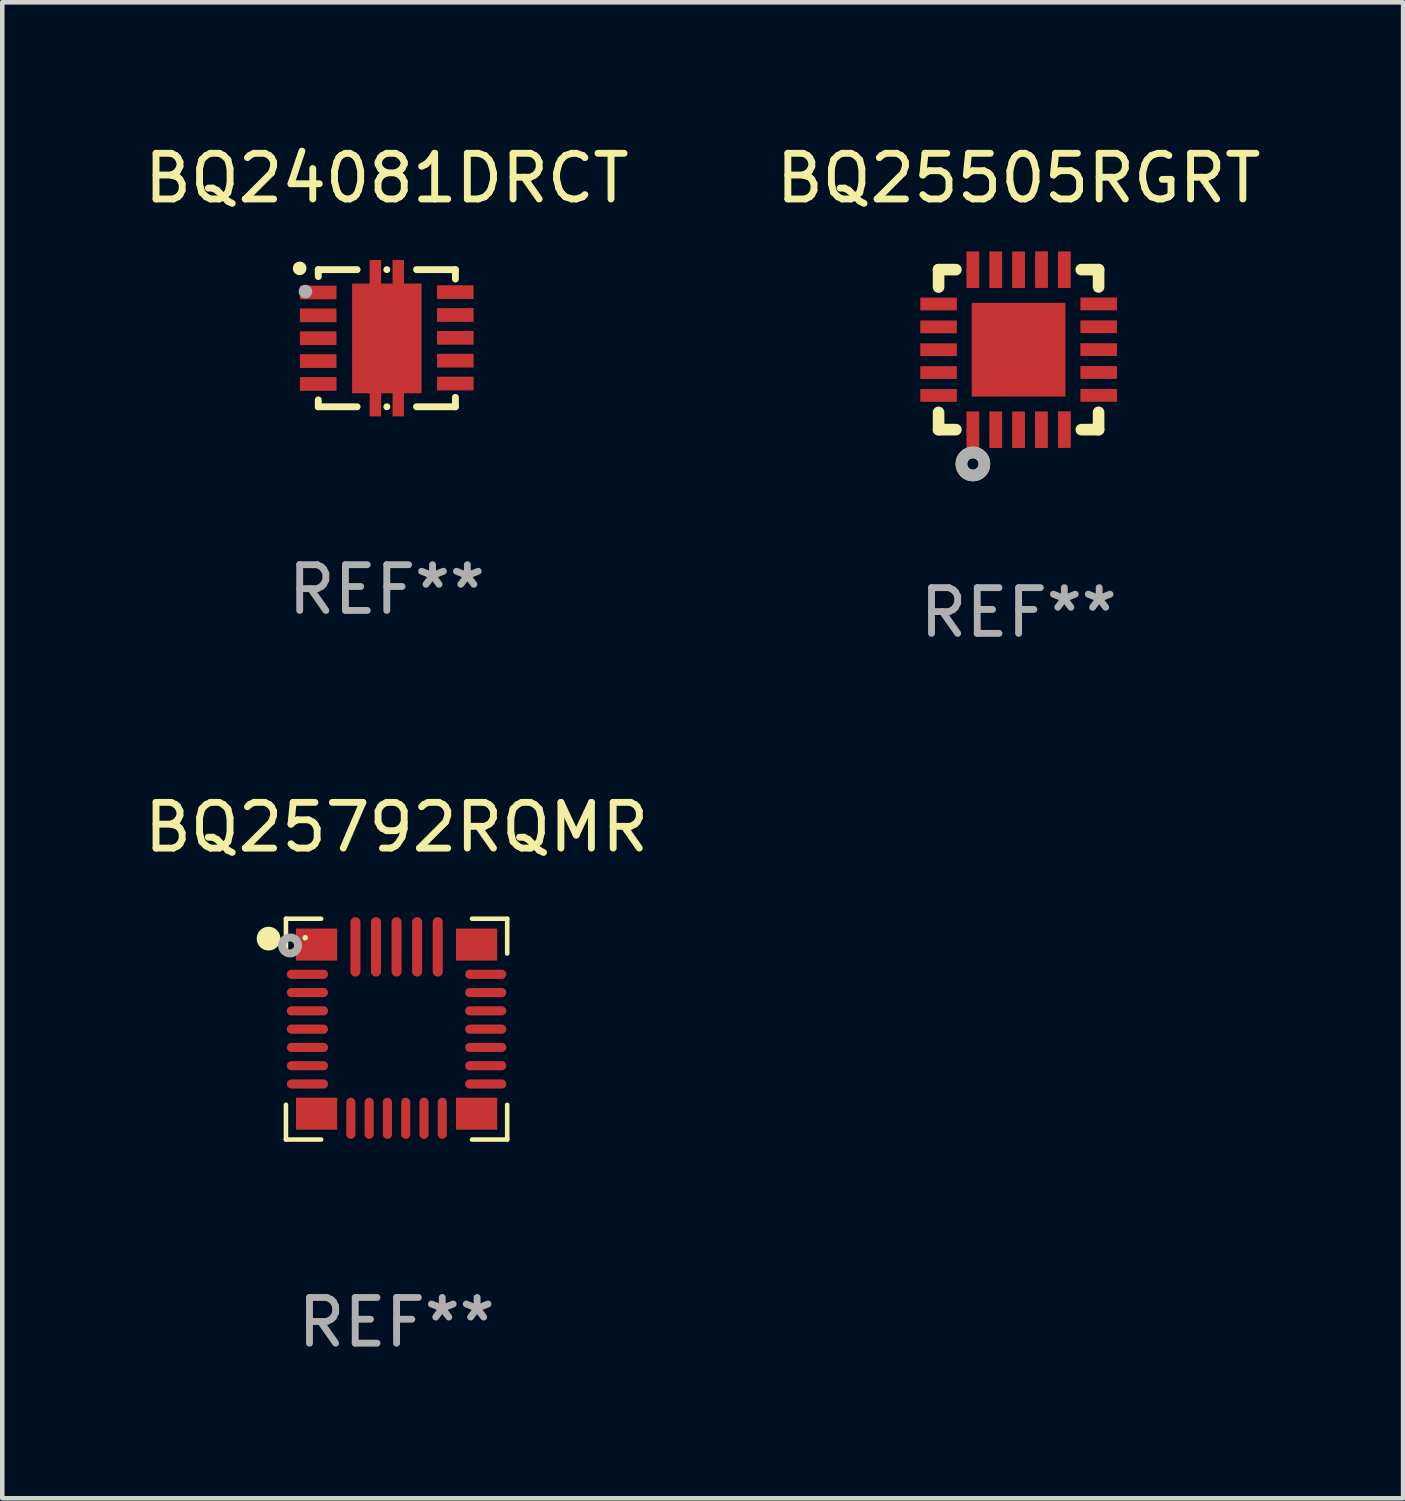
<source format=kicad_pcb>
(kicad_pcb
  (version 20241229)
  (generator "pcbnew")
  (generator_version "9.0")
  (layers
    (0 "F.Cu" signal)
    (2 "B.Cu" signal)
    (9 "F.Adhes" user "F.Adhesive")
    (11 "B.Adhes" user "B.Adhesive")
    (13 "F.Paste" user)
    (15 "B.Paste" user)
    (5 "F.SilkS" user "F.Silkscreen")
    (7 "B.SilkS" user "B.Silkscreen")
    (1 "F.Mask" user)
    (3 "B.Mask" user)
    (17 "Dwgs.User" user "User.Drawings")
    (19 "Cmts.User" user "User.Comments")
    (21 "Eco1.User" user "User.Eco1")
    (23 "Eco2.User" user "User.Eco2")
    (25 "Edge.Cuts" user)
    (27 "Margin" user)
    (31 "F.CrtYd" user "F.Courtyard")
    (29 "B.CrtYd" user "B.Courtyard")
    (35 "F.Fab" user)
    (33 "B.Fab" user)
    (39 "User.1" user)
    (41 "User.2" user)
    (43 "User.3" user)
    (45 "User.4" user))
  (footprint "BQ25792RQMR"
    (layer "F.Cu")
    (at 5.625 19.462)
    (property "Reference" "BQ25792RQMR" (at 0 -4.415 0) (layer "F.SilkS") (effects (font (size 1 1) (thickness 0.15))))
    (attr through_hole)
    (fp_line (start -2.42 -2.415) (end -2.42 -1.655) (stroke (width 0.1) (type solid)) (layer "F.SilkS"))
    (fp_line (start -2.42 2.415) (end -2.42 1.655) (stroke (width 0.1) (type solid)) (layer "F.SilkS"))
    (fp_line (start -1.65 -2.415) (end -2.42 -2.415) (stroke (width 0.1) (type solid)) (layer "F.SilkS"))
    (fp_line (start -1.65 2.415) (end -2.42 2.415) (stroke (width 0.1) (type solid)) (layer "F.SilkS"))
    (fp_line (start 1.65 -2.415) (end 2.42 -2.415) (stroke (width 0.1) (type solid)) (layer "F.SilkS"))
    (fp_line (start 1.65 2.415) (end 2.42 2.415) (stroke (width 0.1) (type solid)) (layer "F.SilkS"))
    (fp_line (start 2.42 -2.415) (end 2.42 -1.655) (stroke (width 0.1) (type solid)) (layer "F.SilkS"))
    (fp_line (start 2.42 2.415) (end 2.42 1.655) (stroke (width 0.1) (type solid)) (layer "F.SilkS"))
    (fp_circle (center -2.8 -1.98) (end -2.67 -1.98) (stroke (width 0.26) (type solid)) (fill no) (layer "F.SilkS"))
    (fp_circle (center -2 -2) (end -1.97 -2) (stroke (width 0.06) (type solid)) (fill no) (layer "F.SilkS"))
    (fp_circle (center -2.33 -1.83) (end -2.243 -1.83) (stroke (width 0.175) (type solid)) (fill no) (layer "F.Fab"))
    (fp_text user "REF**" (at 0 6.415 0) (layer "F.Fab") (effects (font (size 1 1) (thickness 0.15))))
    (pad "1" smd rect (at -1.75 -1.85 270) (size 0.7 0.9) (layers "F.Cu" "F.Mask" "F.Paste"))
    (pad "2" smd oval (at -1.95 -1.2) (size 0.9 0.2) (layers "F.Cu" "F.Mask" "F.Paste"))
    (pad "3" smd oval (at -1.95 -0.8) (size 0.9 0.2) (layers "F.Cu" "F.Mask" "F.Paste"))
    (pad "4" smd oval (at -1.95 -0.4) (size 0.9 0.2) (layers "F.Cu" "F.Mask" "F.Paste"))
    (pad "5" smd oval (at -1.95 0.000051) (size 0.9 0.2) (layers "F.Cu" "F.Mask" "F.Paste"))
    (pad "6" smd oval (at -1.95 0.4) (size 0.9 0.2) (layers "F.Cu" "F.Mask" "F.Paste"))
    (pad "7" smd oval (at -1.95 0.8) (size 0.9 0.2) (layers "F.Cu" "F.Mask" "F.Paste"))
    (pad "8" smd oval (at -1.95 1.2) (size 0.9 0.2) (layers "F.Cu" "F.Mask" "F.Paste"))
    (pad "9" smd rect (at -1.75 1.85 270) (size 0.7 0.9) (layers "F.Cu" "F.Mask" "F.Paste"))
    (pad "10" smd oval (at -1 1.95) (size 0.2 0.9) (layers "F.Cu" "F.Mask" "F.Paste"))
    (pad "11" smd oval (at -0.6 1.95) (size 0.2 0.9) (layers "F.Cu" "F.Mask" "F.Paste"))
    (pad "12" smd oval (at -0.2 1.95) (size 0.2 0.9) (layers "F.Cu" "F.Mask" "F.Paste"))
    (pad "13" smd oval (at 0.2 1.95) (size 0.2 0.9) (layers "F.Cu" "F.Mask" "F.Paste"))
    (pad "14" smd oval (at 0.6 1.95) (size 0.2 0.9) (layers "F.Cu" "F.Mask" "F.Paste"))
    (pad "15" smd oval (at 1 1.95) (size 0.2 0.9) (layers "F.Cu" "F.Mask" "F.Paste"))
    (pad "16" smd rect (at 1.75 1.85 90) (size 0.7 0.9) (layers "F.Cu" "F.Mask" "F.Paste"))
    (pad "17" smd oval (at 1.95 1.2) (size 0.9 0.2) (layers "F.Cu" "F.Mask" "F.Paste"))
    (pad "18" smd oval (at 1.95 0.8) (size 0.9 0.2) (layers "F.Cu" "F.Mask" "F.Paste"))
    (pad "19" smd oval (at 1.95 0.4) (size 0.9 0.2) (layers "F.Cu" "F.Mask" "F.Paste"))
    (pad "20" smd oval (at 1.95 0.000051) (size 0.9 0.2) (layers "F.Cu" "F.Mask" "F.Paste"))
    (pad "21" smd oval (at 1.95 -0.4) (size 0.9 0.2) (layers "F.Cu" "F.Mask" "F.Paste"))
    (pad "22" smd oval (at 1.95 -0.8) (size 0.9 0.2) (layers "F.Cu" "F.Mask" "F.Paste"))
    (pad "23" smd oval (at 1.95 -1.2) (size 0.9 0.2) (layers "F.Cu" "F.Mask" "F.Paste"))
    (pad "24" smd rect (at 1.75 -1.85 90) (size 0.7 0.9) (layers "F.Cu" "F.Mask" "F.Paste"))
    (pad "25" smd oval (at 0.9 -1.8) (size 0.22 1.3) (layers "F.Cu" "F.Mask" "F.Paste"))
    (pad "26" smd oval (at 0.45 -1.8) (size 0.22 1.3) (layers "F.Cu" "F.Mask" "F.Paste"))
    (pad "27" smd oval (at 0.000013 -1.8) (size 0.22 1.3) (layers "F.Cu" "F.Mask" "F.Paste"))
    (pad "28" smd oval (at -0.45 -1.8) (size 0.22 1.3) (layers "F.Cu" "F.Mask" "F.Paste"))
    (pad "29" smd oval (at -0.9 -1.8) (size 0.22 1.3) (layers "F.Cu" "F.Mask" "F.Paste")))
  (footprint "BQ25505RGRT"
    (layer "F.Cu")
    (at 19.232 4.599)
    (property "Reference" "BQ25505RGRT" (at 0 -3.751 0) (layer "F.SilkS") (effects (font (size 1 1) (thickness 0.15))))
    (attr through_hole)
    (fp_line (start -1.751 -1.37) (end -1.751 -1.751) (stroke (width 0.254) (type solid)) (layer "F.SilkS"))
    (fp_line (start -1.751 1.749) (end -1.751 1.372) (stroke (width 0.254) (type solid)) (layer "F.SilkS"))
    (fp_line (start -1.751 1.749) (end -1.372 1.749) (stroke (width 0.254) (type solid)) (layer "F.SilkS"))
    (fp_line (start -1.372 -1.751) (end -1.751 -1.751) (stroke (width 0.254) (type solid)) (layer "F.SilkS"))
    (fp_line (start 1.372 1.749) (end 1.749 1.749) (stroke (width 0.254) (type solid)) (layer "F.SilkS"))
    (fp_line (start 1.749 -1.751) (end 1.37 -1.751) (stroke (width 0.254) (type solid)) (layer "F.SilkS"))
    (fp_line (start 1.749 -1.372) (end 1.749 -1.751) (stroke (width 0.254) (type solid)) (layer "F.SilkS"))
    (fp_line (start 1.749 1.749) (end 1.749 1.37) (stroke (width 0.254) (type solid)) (layer "F.SilkS"))
    (fp_circle (center -1.75 1.75) (end -1.72 1.75) (stroke (width 0.06) (type solid)) (fill no) (layer "F.SilkS"))
    (fp_circle (center -1 2.5) (end -0.875 2.5) (stroke (width 0.254) (type solid)) (fill no) (layer "F.SilkS"))
    (fp_circle (center -1 2.5) (end -0.875 2.5) (stroke (width 0.254) (type solid)) (fill no) (layer "F.Fab"))
    (fp_text user "REF**" (at 0 5.751 0) (layer "F.Fab") (effects (font (size 1 1) (thickness 0.15))))
    (pad "1" smd rect (at -1.001 1.751) (size 0.28 0.8) (layers "F.Cu" "F.Mask" "F.Paste"))
    (pad "2" smd rect (at -0.501 1.751) (size 0.28 0.8) (layers "F.Cu" "F.Mask" "F.Paste"))
    (pad "3" smd rect (at -0.001 1.751) (size 0.28 0.8) (layers "F.Cu" "F.Mask" "F.Paste"))
    (pad "4" smd rect (at 0.499 1.751) (size 0.28 0.8) (layers "F.Cu" "F.Mask" "F.Paste"))
    (pad "5" smd rect (at 1.001 1.749) (size 0.28 0.8) (layers "F.Cu" "F.Mask" "F.Paste"))
    (pad "6" smd rect (at 1.751 0.999) (size 0.8 0.28) (layers "F.Cu" "F.Mask" "F.Paste"))
    (pad "7" smd rect (at 1.751 0.499) (size 0.8 0.28) (layers "F.Cu" "F.Mask" "F.Paste"))
    (pad "8" smd rect (at 1.751 -0.001) (size 0.8 0.28) (layers "F.Cu" "F.Mask" "F.Paste"))
    (pad "9" smd rect (at 1.751 -0.501) (size 0.8 0.28) (layers "F.Cu" "F.Mask" "F.Paste"))
    (pad "10" smd rect (at 1.751 -1.001) (size 0.8 0.28) (layers "F.Cu" "F.Mask" "F.Paste"))
    (pad "11" smd rect (at 0.999 -1.749) (size 0.28 0.8) (layers "F.Cu" "F.Mask" "F.Paste"))
    (pad "12" smd rect (at 0.501 -1.751) (size 0.28 0.8) (layers "F.Cu" "F.Mask" "F.Paste"))
    (pad "13" smd rect (at -0.001 -1.749) (size 0.28 0.8) (layers "F.Cu" "F.Mask" "F.Paste"))
    (pad "14" smd rect (at -0.501 -1.749) (size 0.28 0.8) (layers "F.Cu" "F.Mask" "F.Paste"))
    (pad "15" smd rect (at -1.001 -1.749) (size 0.28 0.8) (layers "F.Cu" "F.Mask" "F.Paste"))
    (pad "16" smd rect (at -1.751 -0.999) (size 0.8 0.28) (layers "F.Cu" "F.Mask" "F.Paste"))
    (pad "17" smd rect (at -1.751 -0.499) (size 0.8 0.28) (layers "F.Cu" "F.Mask" "F.Paste"))
    (pad "18" smd rect (at -1.751 0.001) (size 0.8 0.28) (layers "F.Cu" "F.Mask" "F.Paste"))
    (pad "19" smd rect (at -1.751 0.501) (size 0.8 0.28) (layers "F.Cu" "F.Mask" "F.Paste"))
    (pad "20" smd rect (at -1.751 1.001) (size 0.8 0.28) (layers "F.Cu" "F.Mask" "F.Paste"))
    (pad "21" smd rect (at -0.001 0.001 90) (size 2.05 2.05) (layers "F.Cu" "F.Mask" "F.Paste")))
  (footprint "BQ24081DRCT"
    (layer "F.Cu")
    (at 5.411 4.348)
    (property "Reference" "BQ24081DRCT" (at 0 -3.5 0) (layer "F.SilkS") (effects (font (size 1 1) (thickness 0.15))))
    (attr through_hole)
    (fp_line (start -1.499 -1.5) (end -1.499 -1.349) (stroke (width 0.15) (type solid)) (layer "F.SilkS"))
    (fp_line (start -1.499 -1.5) (end -0.649 -1.5) (stroke (width 0.15) (type solid)) (layer "F.SilkS"))
    (fp_line (start -1.499 1.349) (end -1.499 1.5) (stroke (width 0.15) (type solid)) (layer "F.SilkS"))
    (fp_line (start -0.649 1.5) (end -1.499 1.5) (stroke (width 0.15) (type solid)) (layer "F.SilkS"))
    (fp_line (start -0.000241 -1.5) (end 0.002 -1.5) (stroke (width 0.15) (type solid)) (layer "F.SilkS"))
    (fp_line (start 0.002 1.5) (end -0.000241 1.5) (stroke (width 0.15) (type solid)) (layer "F.SilkS"))
    (fp_line (start 0.65 -1.5) (end 1.501 -1.5) (stroke (width 0.15) (type solid)) (layer "F.SilkS"))
    (fp_line (start 1.501 -1.5) (end 1.501 -1.294) (stroke (width 0.15) (type solid)) (layer "F.SilkS"))
    (fp_line (start 1.501 1.294) (end 1.501 1.5) (stroke (width 0.15) (type solid)) (layer "F.SilkS"))
    (fp_line (start 1.501 1.5) (end 0.65 1.5) (stroke (width 0.15) (type solid)) (layer "F.SilkS"))
    (fp_circle (center -1.906 -1.528) (end -1.831 -1.528) (stroke (width 0.15) (type solid)) (fill no) (layer "F.SilkS"))
    (fp_circle (center -1.501 -1.504) (end -1.471 -1.504) (stroke (width 0.06) (type solid)) (fill no) (layer "F.SilkS"))
    (fp_circle (center -1.779 -1.02) (end -1.704 -1.02) (stroke (width 0.15) (type solid)) (fill no) (layer "F.Fab"))
    (fp_text user "REF**" (at 0 5.5 0) (layer "F.Fab") (effects (font (size 1 1) (thickness 0.15))))
    (pad "1" smd rect (at -1.501 -1) (size 0.8 0.3) (layers "F.Cu" "F.Mask" "F.Paste"))
    (pad "2" smd rect (at -1.501 -0.5) (size 0.8 0.3) (layers "F.Cu" "F.Mask" "F.Paste"))
    (pad "3" smd rect (at -1.501 0.000127) (size 0.8 0.3) (layers "F.Cu" "F.Mask" "F.Paste"))
    (pad "4" smd rect (at -1.501 0.5) (size 0.8 0.3) (layers "F.Cu" "F.Mask" "F.Paste"))
    (pad "5" smd rect (at -1.501 1) (size 0.8 0.3) (layers "F.Cu" "F.Mask" "F.Paste"))
    (pad "6" smd rect (at 1.499 0.992) (size 0.8 0.3) (layers "F.Cu" "F.Mask" "F.Paste"))
    (pad "7" smd rect (at 1.499 0.492) (size 0.8 0.3) (layers "F.Cu" "F.Mask" "F.Paste"))
    (pad "8" smd rect (at 1.499 -0.008) (size 0.8 0.3) (layers "F.Cu" "F.Mask" "F.Paste"))
    (pad "9" smd rect (at 1.499 -0.508) (size 0.8 0.3) (layers "F.Cu" "F.Mask" "F.Paste"))
    (pad "10" smd rect (at 1.499 -1.008) (size 0.8 0.3) (layers "F.Cu" "F.Mask" "F.Paste"))
    (pad "11" smd custom (at 0.001 0.005) (size 1.52 3.42) (layers "F.Cu" "F.Mask" "F.Paste") (options (anchor circle)) (primitives (gr_poly (pts (xy -0.76 -1.2) (xy -0.375 -1.2) (xy -0.375 -1.715) (xy -0.125 -1.715) (xy -0.125 -1.2) (xy 0.125 -1.2) (xy 0.125 -1.715) (xy 0.375 -1.715) (xy 0.375 -1.2) (xy 0.76 -1.2) (xy 0.76 1.2) (xy 0.375 1.2) (xy 0.375 1.705) (xy 0.125 1.705) (xy 0.125 1.2) (xy -0.125 1.2) (xy -0.125 1.705) (xy -0.375 1.705) (xy -0.375 1.2) (xy -0.76 1.2) (xy -0.76 -0.895) (xy -0.76 -0.895)) (width 0) (fill yes)))))
  (gr_rect
    (start -3 -3)
    (end 27.643 29.725)
    (stroke (width 0.1) (type default))
    (fill no)
    (layer "Edge.Cuts")))
</source>
